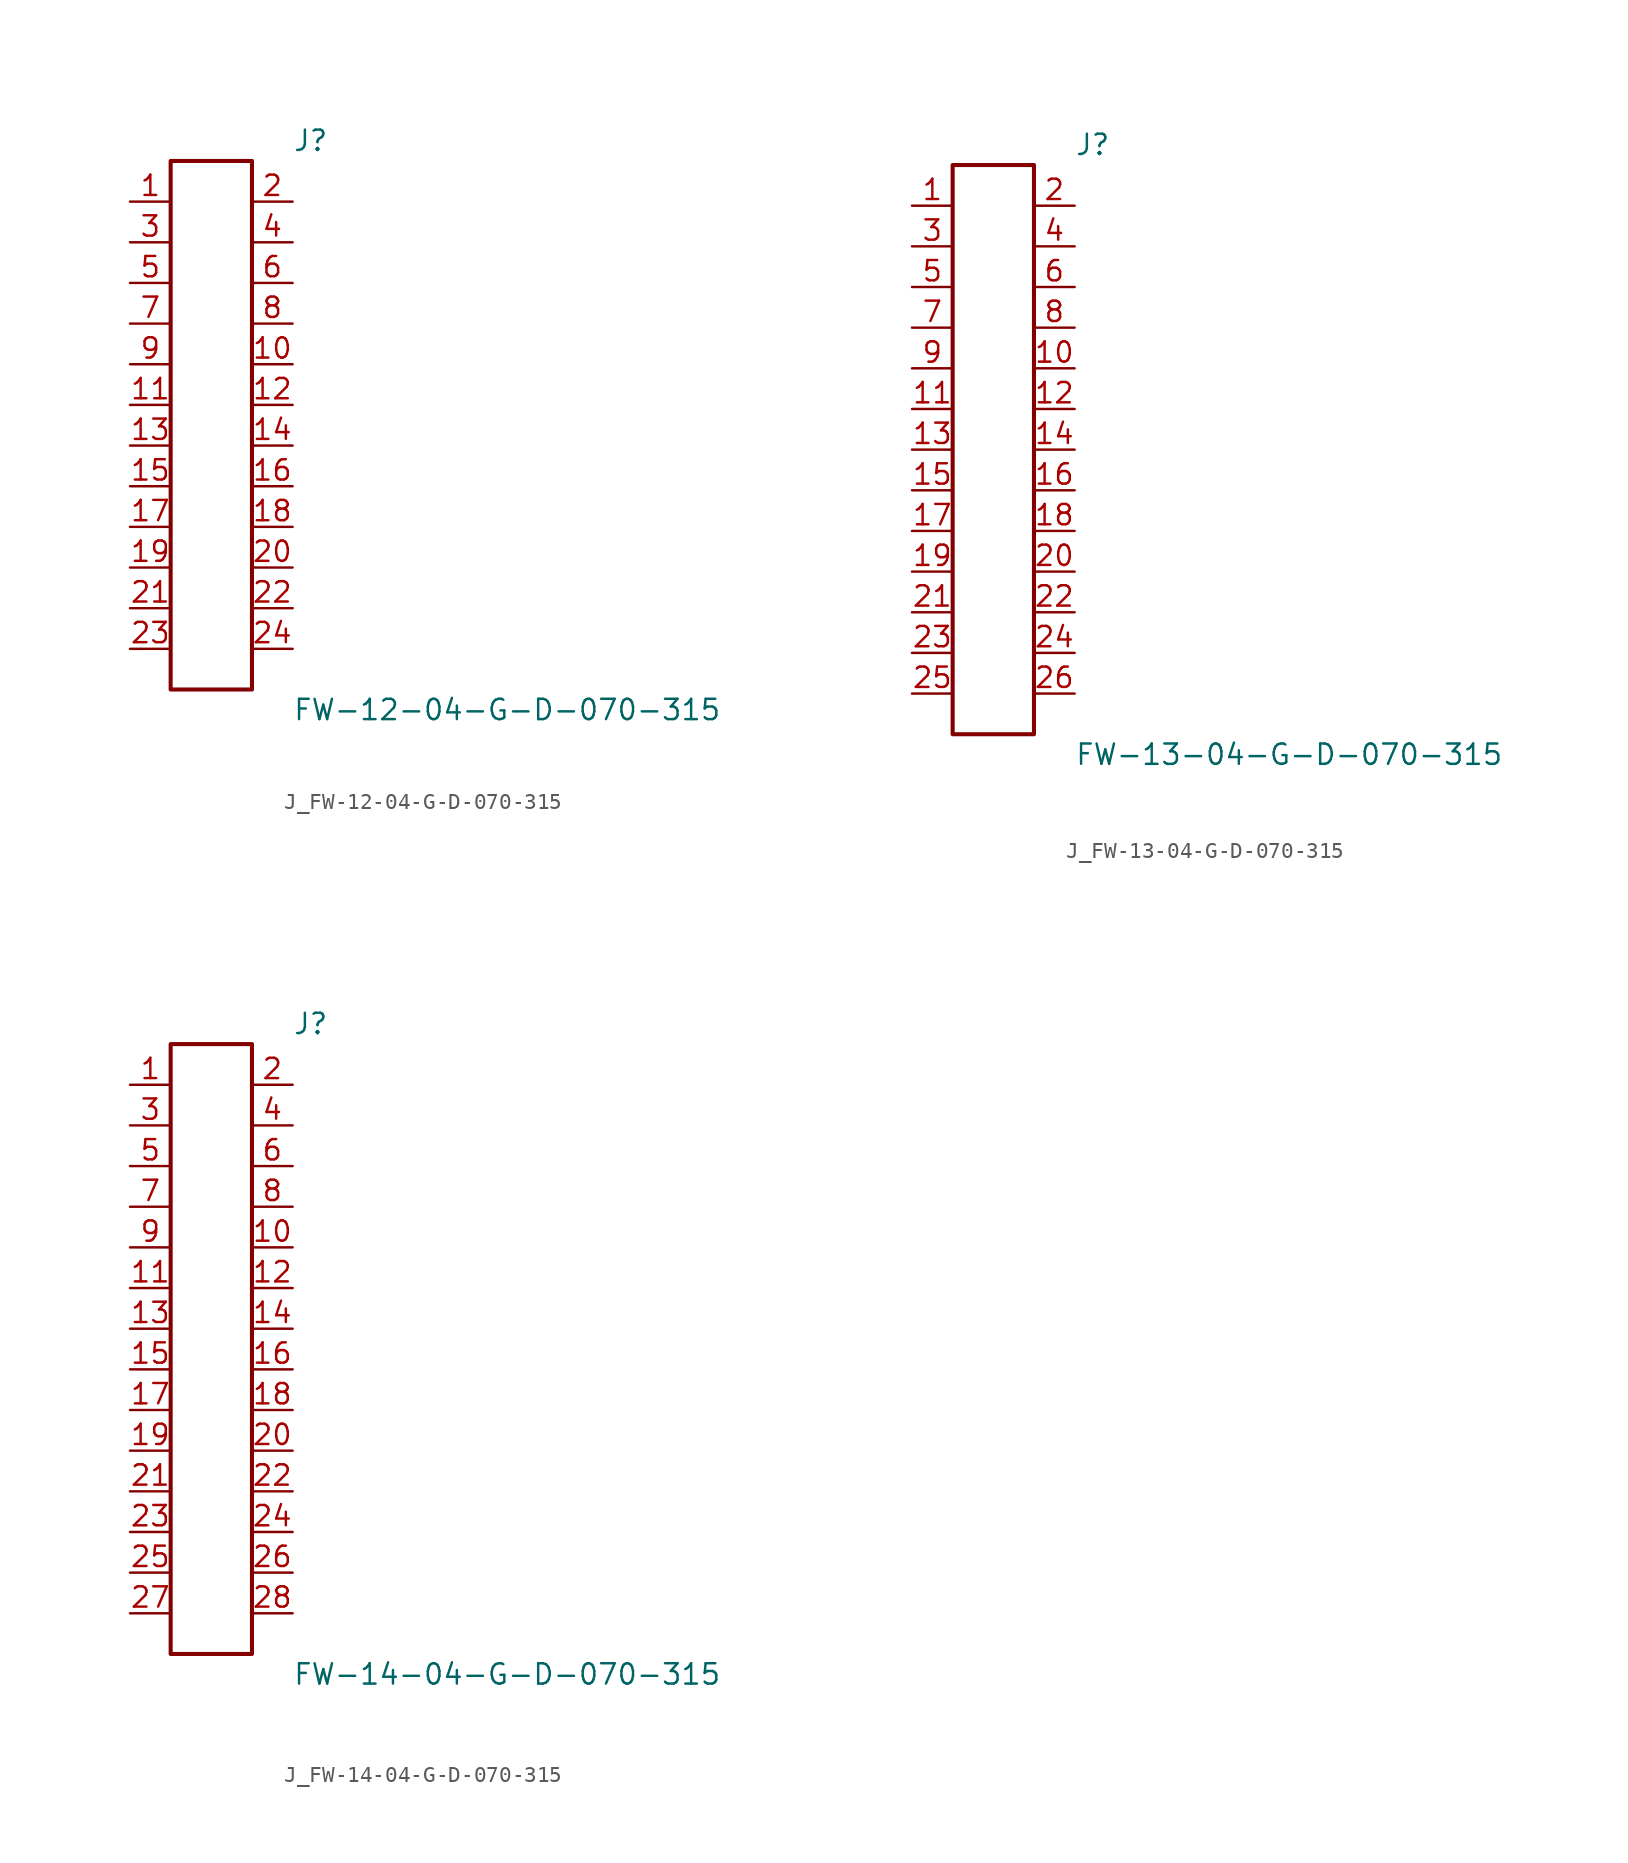
<source format=kicad_sym>
(kicad_symbol_lib
  (version 20231120)
  (generator kicad_symbol_editor)
  (generator_version 8.0)
  (symbol "J_FW-12-04-G-D-070-315"
    (pin_names
      (offset 0.254))
    (property "Reference" "J"
      (at 5.08 17.78 0)
      (effects (font (size 1.27 1.27)) (justify left)))
    (property "Value" "FW-12-04-G-D-070-315"
      (at 5.08 -17.78 0)
      (effects (font (size 1.27 1.27)) (justify left)))
    (symbol "J_FW-12-04-G-D-070-315_0_0"
      (pin passive line (at -5.08 13.97 0) (length 2.54) (name "" (effects (font (size 1.27 1.27)))) (number "1" (effects (font (size 1.27 1.27)))))
      (pin passive line (at 5.08 13.97 180) (length 2.54) (name "" (effects (font (size 1.27 1.27)))) (number "2" (effects (font (size 1.27 1.27)))))
      (pin passive line (at -5.08 11.43 0) (length 2.54) (name "" (effects (font (size 1.27 1.27)))) (number "3" (effects (font (size 1.27 1.27)))))
      (pin passive line (at 5.08 11.43 180) (length 2.54) (name "" (effects (font (size 1.27 1.27)))) (number "4" (effects (font (size 1.27 1.27)))))
      (pin passive line (at -5.08 8.89 0) (length 2.54) (name "" (effects (font (size 1.27 1.27)))) (number "5" (effects (font (size 1.27 1.27)))))
      (pin passive line (at 5.08 8.89 180) (length 2.54) (name "" (effects (font (size 1.27 1.27)))) (number "6" (effects (font (size 1.27 1.27)))))
      (pin passive line (at -5.08 6.35 0) (length 2.54) (name "" (effects (font (size 1.27 1.27)))) (number "7" (effects (font (size 1.27 1.27)))))
      (pin passive line (at 5.08 6.35 180) (length 2.54) (name "" (effects (font (size 1.27 1.27)))) (number "8" (effects (font (size 1.27 1.27)))))
      (pin passive line (at -5.08 3.81 0) (length 2.54) (name "" (effects (font (size 1.27 1.27)))) (number "9" (effects (font (size 1.27 1.27)))))
      (pin passive line (at 5.08 3.81 180) (length 2.54) (name "" (effects (font (size 1.27 1.27)))) (number "10" (effects (font (size 1.27 1.27)))))
      (pin passive line (at -5.08 1.27 0) (length 2.54) (name "" (effects (font (size 1.27 1.27)))) (number "11" (effects (font (size 1.27 1.27)))))
      (pin passive line (at 5.08 1.27 180) (length 2.54) (name "" (effects (font (size 1.27 1.27)))) (number "12" (effects (font (size 1.27 1.27)))))
      (pin passive line (at -5.08 -1.27 0) (length 2.54) (name "" (effects (font (size 1.27 1.27)))) (number "13" (effects (font (size 1.27 1.27)))))
      (pin passive line (at 5.08 -1.27 180) (length 2.54) (name "" (effects (font (size 1.27 1.27)))) (number "14" (effects (font (size 1.27 1.27)))))
      (pin passive line (at -5.08 -3.81 0) (length 2.54) (name "" (effects (font (size 1.27 1.27)))) (number "15" (effects (font (size 1.27 1.27)))))
      (pin passive line (at 5.08 -3.81 180) (length 2.54) (name "" (effects (font (size 1.27 1.27)))) (number "16" (effects (font (size 1.27 1.27)))))
      (pin passive line (at -5.08 -6.35 0) (length 2.54) (name "" (effects (font (size 1.27 1.27)))) (number "17" (effects (font (size 1.27 1.27)))))
      (pin passive line (at 5.08 -6.35 180) (length 2.54) (name "" (effects (font (size 1.27 1.27)))) (number "18" (effects (font (size 1.27 1.27)))))
      (pin passive line (at -5.08 -8.89 0) (length 2.54) (name "" (effects (font (size 1.27 1.27)))) (number "19" (effects (font (size 1.27 1.27)))))
      (pin passive line (at 5.08 -8.89 180) (length 2.54) (name "" (effects (font (size 1.27 1.27)))) (number "20" (effects (font (size 1.27 1.27)))))
      (pin passive line (at -5.08 -11.43 0) (length 2.54) (name "" (effects (font (size 1.27 1.27)))) (number "21" (effects (font (size 1.27 1.27)))))
      (pin passive line (at 5.08 -11.43 180) (length 2.54) (name "" (effects (font (size 1.27 1.27)))) (number "22" (effects (font (size 1.27 1.27)))))
      (pin passive line (at -5.08 -13.97 0) (length 2.54) (name "" (effects (font (size 1.27 1.27)))) (number "23" (effects (font (size 1.27 1.27)))))
      (pin passive line (at 5.08 -13.97 180) (length 2.54) (name "" (effects (font (size 1.27 1.27)))) (number "24" (effects (font (size 1.27 1.27))))))
    (symbol "J_FW-12-04-G-D-070-315_1_0"
      (rectangle (start -2.54 16.51) (end 2.54 -16.51) (stroke (width 0.254) (type solid)) (fill (type none)))))
  (symbol "J_FW-13-04-G-D-070-315"
    (pin_names
      (offset 0.254))
    (property "Reference" "J"
      (at 5.08 19.05 0)
      (effects (font (size 1.27 1.27)) (justify left)))
    (property "Value" "FW-13-04-G-D-070-315"
      (at 5.08 -19.05 0)
      (effects (font (size 1.27 1.27)) (justify left)))
    (symbol "J_FW-13-04-G-D-070-315_0_0"
      (pin passive line (at -5.08 15.24 0) (length 2.54) (name "" (effects (font (size 1.27 1.27)))) (number "1" (effects (font (size 1.27 1.27)))))
      (pin passive line (at 5.08 15.24 180) (length 2.54) (name "" (effects (font (size 1.27 1.27)))) (number "2" (effects (font (size 1.27 1.27)))))
      (pin passive line (at -5.08 12.7 0) (length 2.54) (name "" (effects (font (size 1.27 1.27)))) (number "3" (effects (font (size 1.27 1.27)))))
      (pin passive line (at 5.08 12.7 180) (length 2.54) (name "" (effects (font (size 1.27 1.27)))) (number "4" (effects (font (size 1.27 1.27)))))
      (pin passive line (at -5.08 10.16 0) (length 2.54) (name "" (effects (font (size 1.27 1.27)))) (number "5" (effects (font (size 1.27 1.27)))))
      (pin passive line (at 5.08 10.16 180) (length 2.54) (name "" (effects (font (size 1.27 1.27)))) (number "6" (effects (font (size 1.27 1.27)))))
      (pin passive line (at -5.08 7.62 0) (length 2.54) (name "" (effects (font (size 1.27 1.27)))) (number "7" (effects (font (size 1.27 1.27)))))
      (pin passive line (at 5.08 7.62 180) (length 2.54) (name "" (effects (font (size 1.27 1.27)))) (number "8" (effects (font (size 1.27 1.27)))))
      (pin passive line (at -5.08 5.08 0) (length 2.54) (name "" (effects (font (size 1.27 1.27)))) (number "9" (effects (font (size 1.27 1.27)))))
      (pin passive line (at 5.08 5.08 180) (length 2.54) (name "" (effects (font (size 1.27 1.27)))) (number "10" (effects (font (size 1.27 1.27)))))
      (pin passive line (at -5.08 2.54 0) (length 2.54) (name "" (effects (font (size 1.27 1.27)))) (number "11" (effects (font (size 1.27 1.27)))))
      (pin passive line (at 5.08 2.54 180) (length 2.54) (name "" (effects (font (size 1.27 1.27)))) (number "12" (effects (font (size 1.27 1.27)))))
      (pin passive line (at -5.08 0.0 0) (length 2.54) (name "" (effects (font (size 1.27 1.27)))) (number "13" (effects (font (size 1.27 1.27)))))
      (pin passive line (at 5.08 0.0 180) (length 2.54) (name "" (effects (font (size 1.27 1.27)))) (number "14" (effects (font (size 1.27 1.27)))))
      (pin passive line (at -5.08 -2.54 0) (length 2.54) (name "" (effects (font (size 1.27 1.27)))) (number "15" (effects (font (size 1.27 1.27)))))
      (pin passive line (at 5.08 -2.54 180) (length 2.54) (name "" (effects (font (size 1.27 1.27)))) (number "16" (effects (font (size 1.27 1.27)))))
      (pin passive line (at -5.08 -5.08 0) (length 2.54) (name "" (effects (font (size 1.27 1.27)))) (number "17" (effects (font (size 1.27 1.27)))))
      (pin passive line (at 5.08 -5.08 180) (length 2.54) (name "" (effects (font (size 1.27 1.27)))) (number "18" (effects (font (size 1.27 1.27)))))
      (pin passive line (at -5.08 -7.62 0) (length 2.54) (name "" (effects (font (size 1.27 1.27)))) (number "19" (effects (font (size 1.27 1.27)))))
      (pin passive line (at 5.08 -7.62 180) (length 2.54) (name "" (effects (font (size 1.27 1.27)))) (number "20" (effects (font (size 1.27 1.27)))))
      (pin passive line (at -5.08 -10.16 0) (length 2.54) (name "" (effects (font (size 1.27 1.27)))) (number "21" (effects (font (size 1.27 1.27)))))
      (pin passive line (at 5.08 -10.16 180) (length 2.54) (name "" (effects (font (size 1.27 1.27)))) (number "22" (effects (font (size 1.27 1.27)))))
      (pin passive line (at -5.08 -12.7 0) (length 2.54) (name "" (effects (font (size 1.27 1.27)))) (number "23" (effects (font (size 1.27 1.27)))))
      (pin passive line (at 5.08 -12.7 180) (length 2.54) (name "" (effects (font (size 1.27 1.27)))) (number "24" (effects (font (size 1.27 1.27)))))
      (pin passive line (at -5.08 -15.24 0) (length 2.54) (name "" (effects (font (size 1.27 1.27)))) (number "25" (effects (font (size 1.27 1.27)))))
      (pin passive line (at 5.08 -15.24 180) (length 2.54) (name "" (effects (font (size 1.27 1.27)))) (number "26" (effects (font (size 1.27 1.27))))))
    (symbol "J_FW-13-04-G-D-070-315_1_0"
      (rectangle (start -2.54 17.78) (end 2.54 -17.78) (stroke (width 0.254) (type solid)) (fill (type none)))))
  (symbol "J_FW-14-04-G-D-070-315"
    (pin_names
      (offset 0.254))
    (property "Reference" "J"
      (at 5.08 20.32 0)
      (effects (font (size 1.27 1.27)) (justify left)))
    (property "Value" "FW-14-04-G-D-070-315"
      (at 5.08 -20.32 0)
      (effects (font (size 1.27 1.27)) (justify left)))
    (symbol "J_FW-14-04-G-D-070-315_0_0"
      (pin passive line (at -5.08 16.51 0) (length 2.54) (name "" (effects (font (size 1.27 1.27)))) (number "1" (effects (font (size 1.27 1.27)))))
      (pin passive line (at 5.08 16.51 180) (length 2.54) (name "" (effects (font (size 1.27 1.27)))) (number "2" (effects (font (size 1.27 1.27)))))
      (pin passive line (at -5.08 13.97 0) (length 2.54) (name "" (effects (font (size 1.27 1.27)))) (number "3" (effects (font (size 1.27 1.27)))))
      (pin passive line (at 5.08 13.97 180) (length 2.54) (name "" (effects (font (size 1.27 1.27)))) (number "4" (effects (font (size 1.27 1.27)))))
      (pin passive line (at -5.08 11.43 0) (length 2.54) (name "" (effects (font (size 1.27 1.27)))) (number "5" (effects (font (size 1.27 1.27)))))
      (pin passive line (at 5.08 11.43 180) (length 2.54) (name "" (effects (font (size 1.27 1.27)))) (number "6" (effects (font (size 1.27 1.27)))))
      (pin passive line (at -5.08 8.89 0) (length 2.54) (name "" (effects (font (size 1.27 1.27)))) (number "7" (effects (font (size 1.27 1.27)))))
      (pin passive line (at 5.08 8.89 180) (length 2.54) (name "" (effects (font (size 1.27 1.27)))) (number "8" (effects (font (size 1.27 1.27)))))
      (pin passive line (at -5.08 6.35 0) (length 2.54) (name "" (effects (font (size 1.27 1.27)))) (number "9" (effects (font (size 1.27 1.27)))))
      (pin passive line (at 5.08 6.35 180) (length 2.54) (name "" (effects (font (size 1.27 1.27)))) (number "10" (effects (font (size 1.27 1.27)))))
      (pin passive line (at -5.08 3.81 0) (length 2.54) (name "" (effects (font (size 1.27 1.27)))) (number "11" (effects (font (size 1.27 1.27)))))
      (pin passive line (at 5.08 3.81 180) (length 2.54) (name "" (effects (font (size 1.27 1.27)))) (number "12" (effects (font (size 1.27 1.27)))))
      (pin passive line (at -5.08 1.27 0) (length 2.54) (name "" (effects (font (size 1.27 1.27)))) (number "13" (effects (font (size 1.27 1.27)))))
      (pin passive line (at 5.08 1.27 180) (length 2.54) (name "" (effects (font (size 1.27 1.27)))) (number "14" (effects (font (size 1.27 1.27)))))
      (pin passive line (at -5.08 -1.27 0) (length 2.54) (name "" (effects (font (size 1.27 1.27)))) (number "15" (effects (font (size 1.27 1.27)))))
      (pin passive line (at 5.08 -1.27 180) (length 2.54) (name "" (effects (font (size 1.27 1.27)))) (number "16" (effects (font (size 1.27 1.27)))))
      (pin passive line (at -5.08 -3.81 0) (length 2.54) (name "" (effects (font (size 1.27 1.27)))) (number "17" (effects (font (size 1.27 1.27)))))
      (pin passive line (at 5.08 -3.81 180) (length 2.54) (name "" (effects (font (size 1.27 1.27)))) (number "18" (effects (font (size 1.27 1.27)))))
      (pin passive line (at -5.08 -6.35 0) (length 2.54) (name "" (effects (font (size 1.27 1.27)))) (number "19" (effects (font (size 1.27 1.27)))))
      (pin passive line (at 5.08 -6.35 180) (length 2.54) (name "" (effects (font (size 1.27 1.27)))) (number "20" (effects (font (size 1.27 1.27)))))
      (pin passive line (at -5.08 -8.89 0) (length 2.54) (name "" (effects (font (size 1.27 1.27)))) (number "21" (effects (font (size 1.27 1.27)))))
      (pin passive line (at 5.08 -8.89 180) (length 2.54) (name "" (effects (font (size 1.27 1.27)))) (number "22" (effects (font (size 1.27 1.27)))))
      (pin passive line (at -5.08 -11.43 0) (length 2.54) (name "" (effects (font (size 1.27 1.27)))) (number "23" (effects (font (size 1.27 1.27)))))
      (pin passive line (at 5.08 -11.43 180) (length 2.54) (name "" (effects (font (size 1.27 1.27)))) (number "24" (effects (font (size 1.27 1.27)))))
      (pin passive line (at -5.08 -13.97 0) (length 2.54) (name "" (effects (font (size 1.27 1.27)))) (number "25" (effects (font (size 1.27 1.27)))))
      (pin passive line (at 5.08 -13.97 180) (length 2.54) (name "" (effects (font (size 1.27 1.27)))) (number "26" (effects (font (size 1.27 1.27)))))
      (pin passive line (at -5.08 -16.51 0) (length 2.54) (name "" (effects (font (size 1.27 1.27)))) (number "27" (effects (font (size 1.27 1.27)))))
      (pin passive line (at 5.08 -16.51 180) (length 2.54) (name "" (effects (font (size 1.27 1.27)))) (number "28" (effects (font (size 1.27 1.27))))))
    (symbol "J_FW-14-04-G-D-070-315_1_0"
      (rectangle (start -2.54 19.05) (end 2.54 -19.05) (stroke (width 0.254) (type solid)) (fill (type none))))))
</source>
